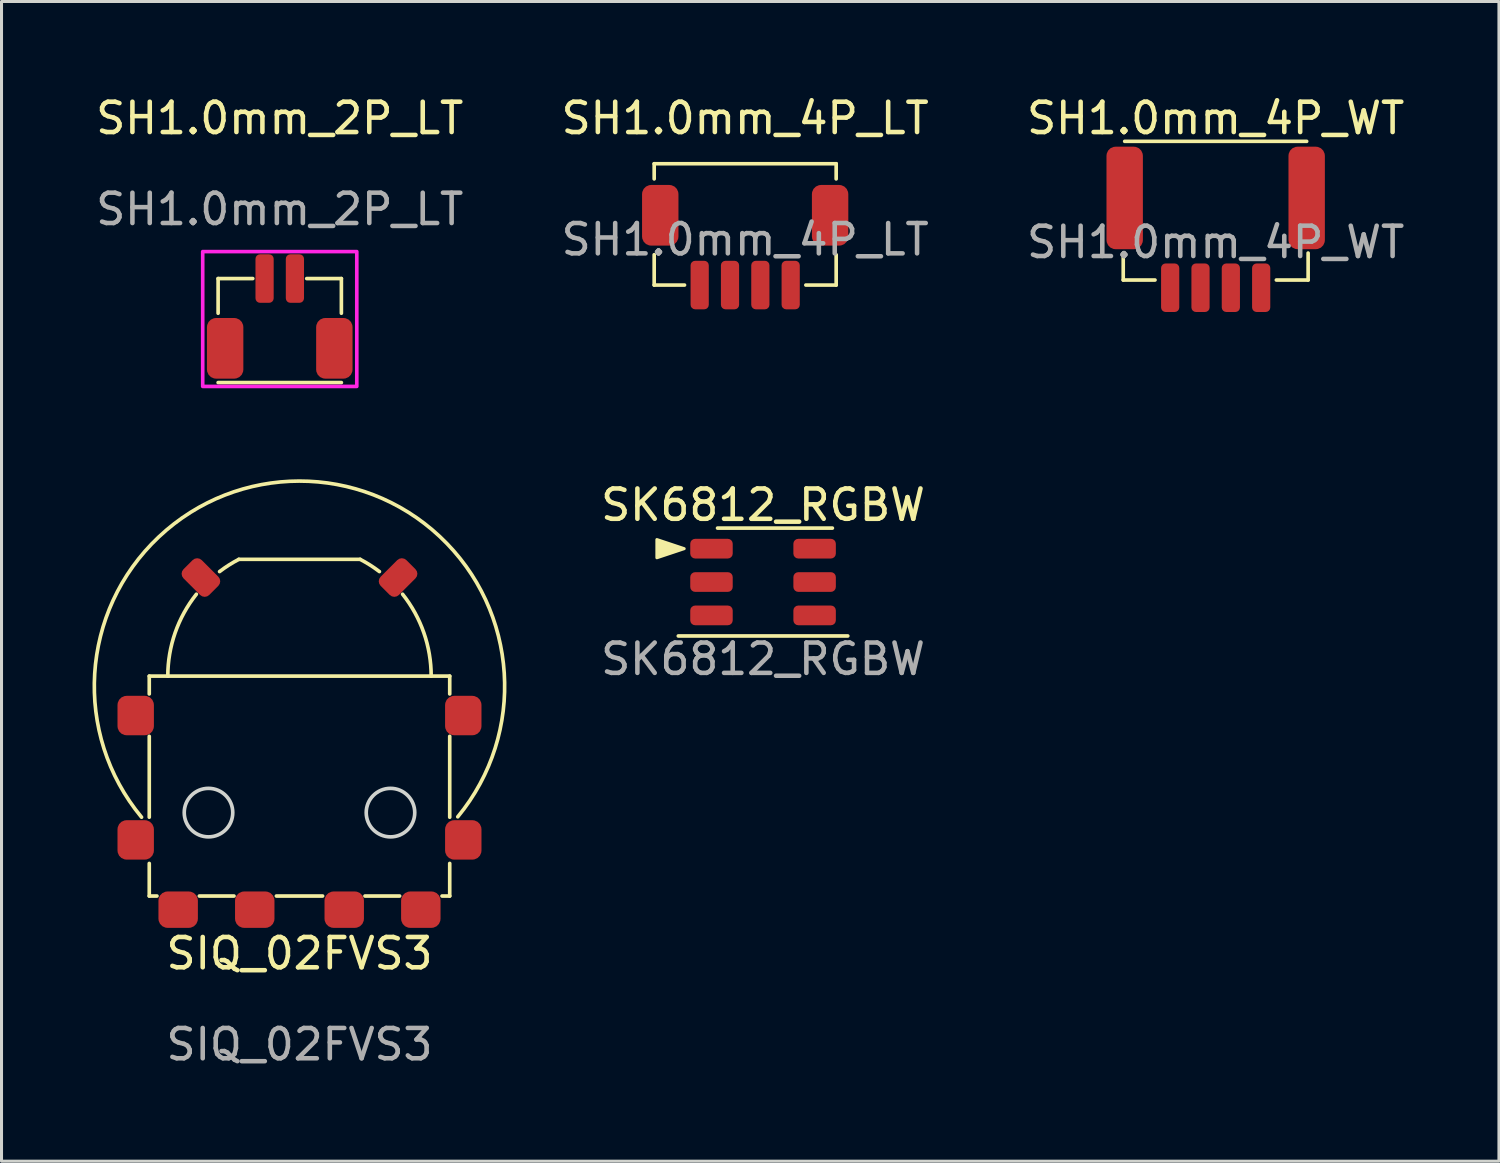
<source format=kicad_pcb>
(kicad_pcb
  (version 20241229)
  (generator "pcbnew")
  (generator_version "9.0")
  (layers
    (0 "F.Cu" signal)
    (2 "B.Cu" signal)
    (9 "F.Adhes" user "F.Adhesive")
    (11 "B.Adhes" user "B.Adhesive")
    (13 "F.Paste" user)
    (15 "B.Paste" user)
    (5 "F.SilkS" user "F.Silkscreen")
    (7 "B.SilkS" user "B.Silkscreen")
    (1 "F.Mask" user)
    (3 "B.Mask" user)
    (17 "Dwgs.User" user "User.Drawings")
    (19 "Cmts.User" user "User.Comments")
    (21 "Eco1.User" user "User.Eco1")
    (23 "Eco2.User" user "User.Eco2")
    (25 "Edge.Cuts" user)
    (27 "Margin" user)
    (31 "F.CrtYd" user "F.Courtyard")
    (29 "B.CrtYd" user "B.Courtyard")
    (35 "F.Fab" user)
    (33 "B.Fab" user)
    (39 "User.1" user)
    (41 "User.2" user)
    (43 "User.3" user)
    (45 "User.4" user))
  (footprint "SIQ_02FVS3"
    (layer "F.Cu")
    (at 6.824 26.941)
    (property "Reference" "SIQ_02FVS3" (at 0 1.445 0) (unlocked yes) (layer "F.SilkS") (effects (font (size 1 1) (thickness 0.15))))
    (attr smd)
    (fp_line (start -4.953 -7.7) (end -4.953 -7.112) (stroke (width 0.12) (type solid)) (layer "F.SilkS"))
    (fp_line (start -4.953 -5.715) (end -4.953 -3.048) (stroke (width 0.12) (type solid)) (layer "F.SilkS"))
    (fp_line (start -4.953 -1.524) (end -4.953 -0.45) (stroke (width 0.12) (type solid)) (layer "F.SilkS"))
    (fp_line (start -4.953 -0.45) (end -4.699 -0.45) (stroke (width 0.12) (type solid)) (layer "F.SilkS"))
    (fp_line (start -3.302 -0.45) (end -2.159 -0.45) (stroke (width 0.12) (type solid)) (layer "F.SilkS"))
    (fp_line (start -2 -11.55) (end 2 -11.55) (stroke (width 0.12) (type solid)) (layer "F.SilkS"))
    (fp_line (start -0.762 -0.45) (end 0.762 -0.45) (stroke (width 0.12) (type solid)) (layer "F.SilkS"))
    (fp_line (start 2.159 -0.45) (end 3.302 -0.45) (stroke (width 0.12) (type solid)) (layer "F.SilkS"))
    (fp_line (start 4.699 -0.45) (end 4.953 -0.45) (stroke (width 0.12) (type solid)) (layer "F.SilkS"))
    (fp_line (start 4.953 -7.7) (end -4.953 -7.7) (stroke (width 0.12) (type solid)) (layer "F.SilkS"))
    (fp_line (start 4.953 -7.112) (end 4.953 -7.7) (stroke (width 0.12) (type solid)) (layer "F.SilkS"))
    (fp_line (start 4.953 -3.048) (end 4.953 -5.715) (stroke (width 0.12) (type solid)) (layer "F.SilkS"))
    (fp_line (start 4.953 -0.45) (end 4.953 -1.524) (stroke (width 0.12) (type solid)) (layer "F.SilkS"))
    (fp_arc (start -5.206999 -3.048001) (mid -0.008572 -14.130457) (end 5.217926 -3.061211) (stroke (width 0.12) (type solid)) (layer "F.SilkS"))
    (fp_arc (start -4.341658 -7.7) (mid -4.099489 -9.129748) (end -3.399999 -10.4) (stroke (width 0.12) (type solid)) (layer "F.SilkS"))
    (fp_arc (start -2.635416 -11.146314) (mid -2.32648 -11.361965) (end -2 -11.55) (stroke (width 0.12) (type solid)) (layer "F.SilkS"))
    (fp_arc (start 2 -11.55) (mid 2.32648 -11.361965) (end 2.635416 -11.146314) (stroke (width 0.12) (type solid)) (layer "F.SilkS"))
    (fp_arc (start 3.399999 -10.4) (mid 4.099489 -9.129748) (end 4.341658 -7.7) (stroke (width 0.12) (type solid)) (layer "F.SilkS"))
    (fp_circle (center -3 -3.2) (end -2.2 -3.2) (stroke (width 0.12) (type solid)) (fill no) (layer "Edge.Cuts"))
    (fp_circle (center 3 -3.2) (end 3.8 -3.2) (stroke (width 0.12) (type solid)) (fill no) (layer "Edge.Cuts"))
    (fp_text user "${REFERENCE}" (at 0 4.445 0) (unlocked yes) (layer "F.Fab") (effects (font (size 1 1) (thickness 0.15))))
    (pad "1" smd roundrect (at -4 0) (size 1.3 1.2) (layers "F.Cu" "F.Mask" "F.Paste") (roundrect_rratio 0.25))
    (pad "2" smd roundrect (at -1.475 0) (size 1.3 1.2) (layers "F.Cu" "F.Mask" "F.Paste") (roundrect_rratio 0.25))
    (pad "3" smd roundrect (at 1.475 0) (size 1.3 1.2) (layers "F.Cu" "F.Mask" "F.Paste") (roundrect_rratio 0.25))
    (pad "4" smd roundrect (at 4 0) (size 1.3 1.2) (layers "F.Cu" "F.Mask" "F.Paste") (roundrect_rratio 0.25))
    (pad "MP" smd roundrect (at -5.4 -6.4) (size 1.2 1.3) (layers "F.Cu" "F.Mask" "F.Paste") (roundrect_rratio 0.25))
    (pad "MP" smd roundrect (at -5.4 -2.3) (size 1.2 1.3) (layers "F.Cu" "F.Mask" "F.Paste") (roundrect_rratio 0.25))
    (pad "MP" smd roundrect (at -3.25 -10.95 315) (size 1.2 0.85) (layers "F.Cu" "F.Mask" "F.Paste") (roundrect_rratio 0.25))
    (pad "MP" smd roundrect (at 3.25 -10.95 45) (size 1.2 0.85) (layers "F.Cu" "F.Mask" "F.Paste") (roundrect_rratio 0.25))
    (pad "MP" smd roundrect (at 5.4 -6.4) (size 1.2 1.3) (layers "F.Cu" "F.Mask" "F.Paste") (roundrect_rratio 0.25))
    (pad "MP" smd roundrect (at 5.4 -2.3) (size 1.2 1.3) (layers "F.Cu" "F.Mask" "F.Paste") (roundrect_rratio 0.25)))
  (footprint "SH1.0mm_4P_WT"
    (layer "F.Cu")
    (at 37.03 6.436)
    (property "Reference" "SH1.0mm_4P_WT" (at 0 -5.588 0) (unlocked yes) (layer "F.SilkS") (effects (font (size 1 1) (thickness 0.15))))
    (attr smd)
    (fp_line (start -3.048 -0.254) (end -3.048 -1.143) (stroke (width 0.12) (type solid)) (layer "F.SilkS"))
    (fp_line (start -3.048 -0.254) (end -2 -0.254) (stroke (width 0.12) (type solid)) (layer "F.SilkS"))
    (fp_line (start 2 -0.254) (end 3.048 -0.254) (stroke (width 0.12) (type solid)) (layer "F.SilkS"))
    (fp_line (start 3 -4.826) (end -3 -4.826) (stroke (width 0.12) (type solid)) (layer "F.SilkS"))
    (fp_line (start 3.048 -0.254) (end 3.048 -1.143) (stroke (width 0.12) (type solid)) (layer "F.SilkS"))
    (fp_text user "${REFERENCE}" (at 0 -1.5 0) (unlocked yes) (layer "F.Fab") (effects (font (size 1 1) (thickness 0.15))))
    (pad "0" smd roundrect (at -3 -2.96) (size 1.2 3.38) (layers "F.Cu" "F.Mask" "F.Paste") (roundrect_rratio 0.25))
    (pad "0" smd roundrect (at 3 -2.96) (size 1.2 3.38) (layers "F.Cu" "F.Mask" "F.Paste") (roundrect_rratio 0.25))
    (pad "1" smd roundrect (at -1.5 0) (size 0.6 1.6) (layers "F.Cu" "F.Mask" "F.Paste") (roundrect_rratio 0.25))
    (pad "2" smd roundrect (at -0.5 0) (size 0.6 1.6) (layers "F.Cu" "F.Mask" "F.Paste") (roundrect_rratio 0.25))
    (pad "3" smd roundrect (at 0.5 0) (size 0.6 1.6) (layers "F.Cu" "F.Mask" "F.Paste") (roundrect_rratio 0.25))
    (pad "4" smd roundrect (at 1.5 0) (size 0.6 1.6) (layers "F.Cu" "F.Mask" "F.Paste") (roundrect_rratio 0.25)))
  (footprint "SK6812_RGBW"
    (layer "F.Cu")
    (at 22.107 16.139)
    (property "Reference" "SK6812_RGBW" (at 0 -2.54 0) (unlocked yes) (layer "F.SilkS") (effects (font (size 1 1) (thickness 0.15))))
    (attr smd)
    (fp_line (start -2.794 1.778) (end 2.794 1.778) (stroke (width 0.12) (type solid)) (layer "F.SilkS"))
    (fp_line (start -1.5 -1.778) (end 2.286 -1.778) (stroke (width 0.12) (type solid)) (layer "F.SilkS"))
    (fp_poly (pts (xy -3.5 -1.4) (xy -2.6 -1.1) (xy -3.5 -0.8)) (stroke (width 0.1) (type solid)) (fill yes) (layer "F.SilkS"))
    (fp_text user "${REFERENCE}" (at 0 2.54 0) (unlocked yes) (layer "F.Fab") (effects (font (size 1 1) (thickness 0.15))))
    (pad "1" smd roundrect (at -1.7 -1.1) (size 1.4 0.65) (layers "F.Cu" "F.Mask" "F.Paste") (roundrect_rratio 0.25))
    (pad "2" smd roundrect (at -1.7 0) (size 1.4 0.65) (layers "F.Cu" "F.Mask" "F.Paste") (roundrect_rratio 0.25))
    (pad "3" smd roundrect (at -1.7 1.1) (size 1.4 0.65) (layers "F.Cu" "F.Mask" "F.Paste") (roundrect_rratio 0.25))
    (pad "4" smd roundrect (at 1.7 1.1) (size 1.4 0.65) (layers "F.Cu" "F.Mask" "F.Paste") (roundrect_rratio 0.25))
    (pad "5" smd roundrect (at 1.7 0) (size 1.4 0.65) (layers "F.Cu" "F.Mask" "F.Paste") (roundrect_rratio 0.25))
    (pad "6" smd roundrect (at 1.7 -1.1) (size 1.4 0.65) (layers "F.Cu" "F.Mask" "F.Paste") (roundrect_rratio 0.25)))
  (footprint "SH1.0mm_4P_LT"
    (layer "F.Cu")
    (at 21.518 6.348)
    (property "Reference" "SH1.0mm_4P_LT" (at 0 -5.5 0) (unlocked yes) (layer "F.SilkS") (effects (font (size 1 1) (thickness 0.15))))
    (attr smd)
    (fp_line (start -3 -4) (end -3 -3.5) (stroke (width 0.12) (type solid)) (layer "F.SilkS"))
    (fp_line (start -3 -1) (end -3 0) (stroke (width 0.12) (type solid)) (layer "F.SilkS"))
    (fp_line (start -3 0) (end -2 0) (stroke (width 0.12) (type solid)) (layer "F.SilkS"))
    (fp_line (start 2 0) (end 3 0) (stroke (width 0.12) (type solid)) (layer "F.SilkS"))
    (fp_line (start 3 -4) (end -3 -4) (stroke (width 0.12) (type solid)) (layer "F.SilkS"))
    (fp_line (start 3 -4) (end 3 -3.5) (stroke (width 0.12) (type solid)) (layer "F.SilkS"))
    (fp_line (start 3 0) (end 3 -1) (stroke (width 0.12) (type solid)) (layer "F.SilkS"))
    (fp_text user "${REFERENCE}" (at 0 -1.5 0) (unlocked yes) (layer "F.Fab") (effects (font (size 1 1) (thickness 0.15))))
    (pad "0" smd roundrect (at -2.8 -2.3) (size 1.2 2) (layers "F.Cu" "F.Mask" "F.Paste") (roundrect_rratio 0.25))
    (pad "0" smd roundrect (at 2.8 -2.3) (size 1.2 2) (layers "F.Cu" "F.Mask" "F.Paste") (roundrect_rratio 0.25))
    (pad "1" smd roundrect (at -1.5 0) (size 0.6 1.6) (layers "F.Cu" "F.Mask" "F.Paste") (roundrect_rratio 0.25))
    (pad "2" smd roundrect (at -0.5 0) (size 0.6 1.6) (layers "F.Cu" "F.Mask" "F.Paste") (roundrect_rratio 0.25))
    (pad "3" smd roundrect (at 0.5 0) (size 0.6 1.6) (layers "F.Cu" "F.Mask" "F.Paste") (roundrect_rratio 0.25))
    (pad "4" smd roundrect (at 1.5 0) (size 0.6 1.6) (layers "F.Cu" "F.Mask" "F.Paste") (roundrect_rratio 0.25)))
  (footprint "SH1.0mm_2P_LT"
    (layer "F.Cu")
    (at 6.173 6.134)
    (property "Reference" "SH1.0mm_2P_LT" (at 0 -5.286 0) (unlocked yes) (layer "F.SilkS") (effects (font (size 1 1) (thickness 0.15))))
    (attr smd)
    (fp_line (start -2.032 0) (end -2.032 1.143) (stroke (width 0.12) (type solid)) (layer "F.SilkS"))
    (fp_line (start -2.032 3.429) (end 2.032 3.429) (stroke (width 0.12) (type solid)) (layer "F.SilkS"))
    (fp_line (start -0.889 0) (end -2.032 0) (stroke (width 0.12) (type solid)) (layer "F.SilkS"))
    (fp_line (start 2.032 0) (end 0.889 0) (stroke (width 0.12) (type solid)) (layer "F.SilkS"))
    (fp_line (start 2.032 1.143) (end 2.032 0) (stroke (width 0.12) (type solid)) (layer "F.SilkS"))
    (fp_rect (start -2.54 -0.889) (end 2.54 3.556) (stroke (width 0.12) (type solid)) (fill no) (layer "F.CrtYd"))
    (fp_text user "${REFERENCE}" (at 0 -2.286 0) (unlocked yes) (layer "F.Fab") (effects (font (size 1 1) (thickness 0.15))))
    (pad "1" smd roundrect (at -0.5 0) (size 0.6 1.6) (layers "F.Cu" "F.Mask" "F.Paste") (roundrect_rratio 0.25))
    (pad "2" smd roundrect (at 0.5 0) (size 0.6 1.6) (layers "F.Cu" "F.Mask" "F.Paste") (roundrect_rratio 0.25))
    (pad "3" smd roundrect (at -1.8 2.3) (size 1.2 2) (layers "F.Cu" "F.Mask" "F.Paste") (roundrect_rratio 0.25))
    (pad "4" smd roundrect (at 1.8 2.3) (size 1.2 2) (layers "F.Cu" "F.Mask" "F.Paste") (roundrect_rratio 0.25)))
  (gr_rect
    (start -3 -3)
    (end 46.369 35.234)
    (stroke (width 0.1) (type default))
    (fill no)
    (layer "Edge.Cuts")))
</source>
